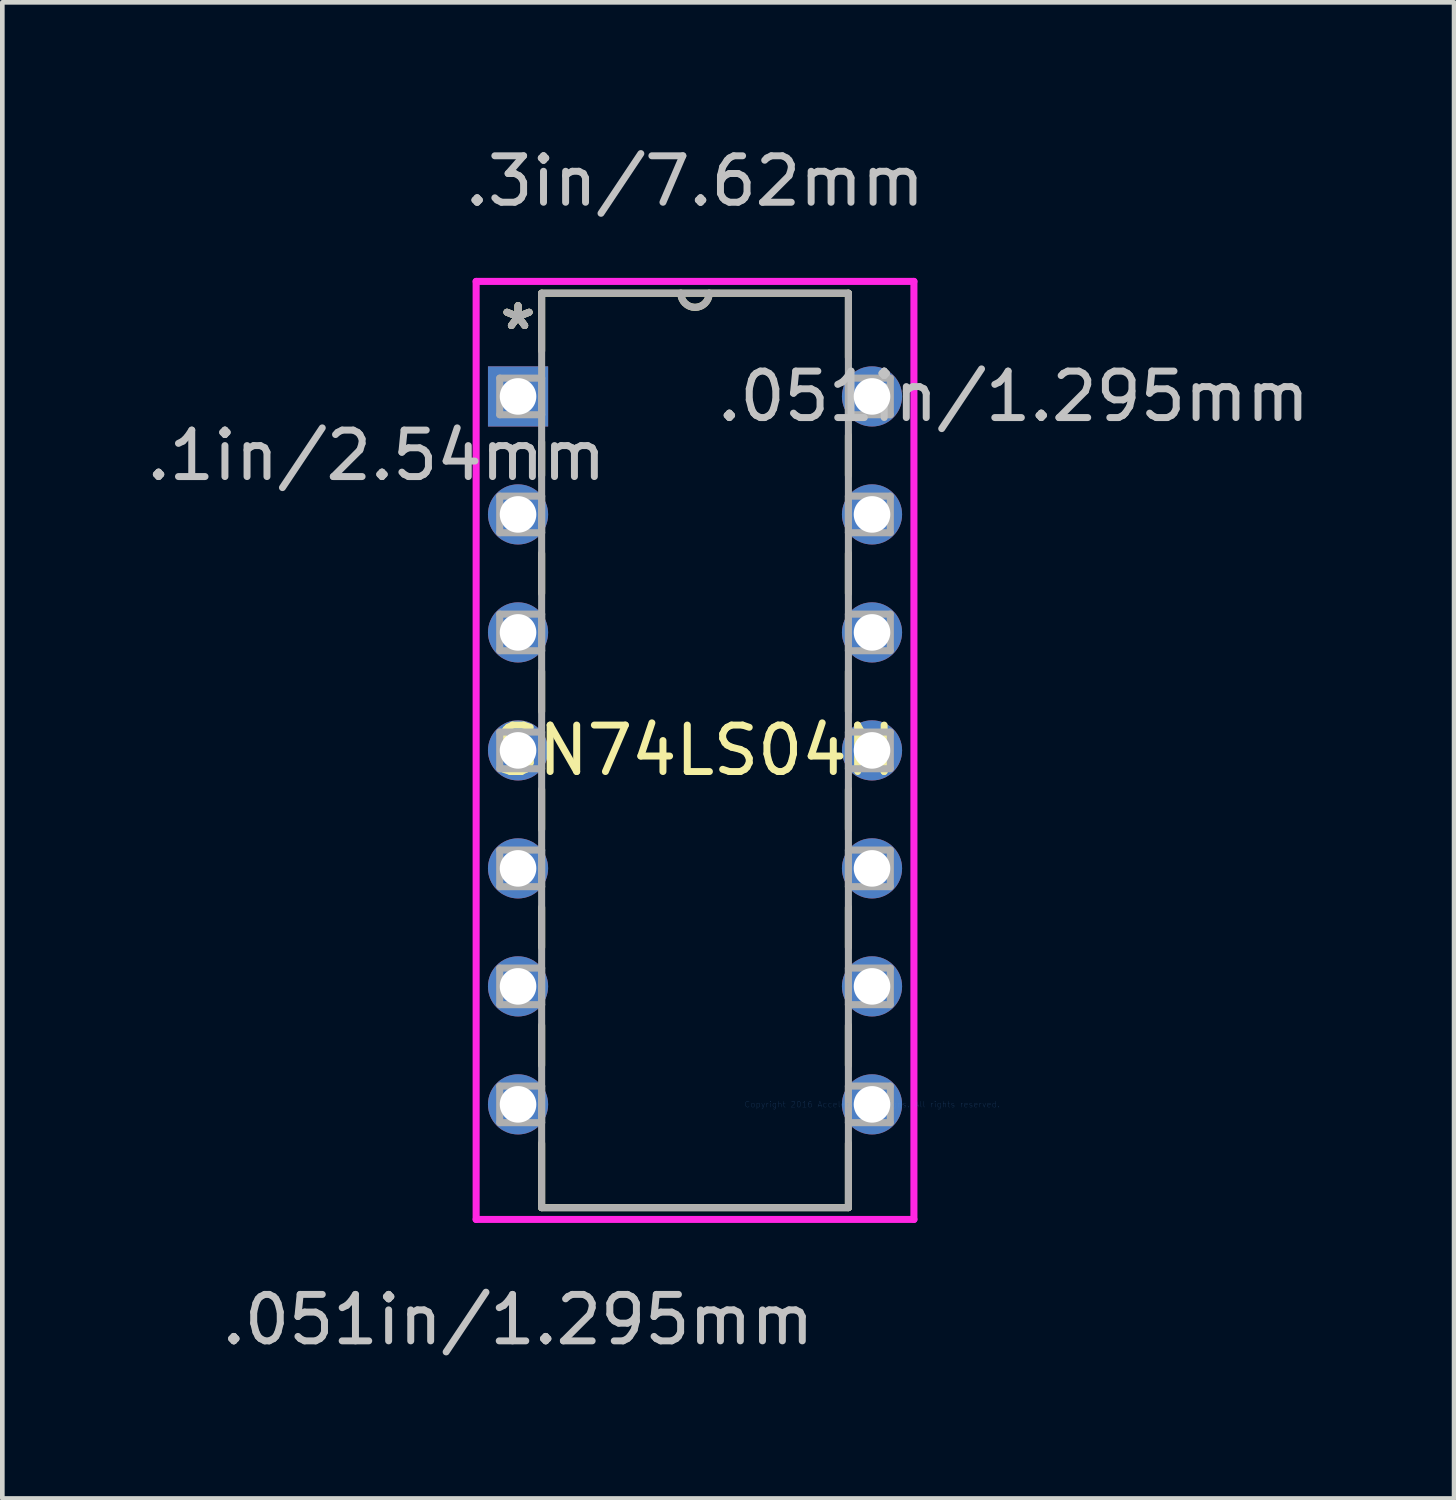
<source format=kicad_pcb>
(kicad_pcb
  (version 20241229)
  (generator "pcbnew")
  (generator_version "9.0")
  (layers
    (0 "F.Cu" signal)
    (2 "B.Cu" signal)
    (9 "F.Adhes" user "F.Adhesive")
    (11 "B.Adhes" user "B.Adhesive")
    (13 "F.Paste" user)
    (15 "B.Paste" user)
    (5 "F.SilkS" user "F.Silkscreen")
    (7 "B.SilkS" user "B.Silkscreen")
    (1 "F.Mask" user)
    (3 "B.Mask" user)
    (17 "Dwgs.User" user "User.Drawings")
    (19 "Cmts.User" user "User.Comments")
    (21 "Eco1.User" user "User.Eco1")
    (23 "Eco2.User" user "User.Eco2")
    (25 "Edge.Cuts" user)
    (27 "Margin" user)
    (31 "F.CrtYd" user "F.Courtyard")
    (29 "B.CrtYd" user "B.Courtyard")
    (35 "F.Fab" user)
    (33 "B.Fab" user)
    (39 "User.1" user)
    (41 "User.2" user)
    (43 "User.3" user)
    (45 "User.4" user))
  (footprint "SN74LS04N"
    (layer "F.Cu")
    (at 15.722 20.724)
    (property "Reference" "SN74LS04N" (at -3.81 -7.62 0) (layer "F.SilkS") (effects (font (size 1 1) (thickness 0.15))))
    (attr through_hole)
    (fp_line (start -7.112 -17.462) (end -7.112 -16.22) (stroke (width 0.152) (type solid)) (layer "F.SilkS"))
    (fp_line (start -7.112 -14.26) (end -7.112 -13.539) (stroke (width 0.152) (type solid)) (layer "F.SilkS"))
    (fp_line (start -7.112 -11.861) (end -7.112 -10.999) (stroke (width 0.152) (type solid)) (layer "F.SilkS"))
    (fp_line (start -7.112 -9.321) (end -7.112 -8.459) (stroke (width 0.152) (type solid)) (layer "F.SilkS"))
    (fp_line (start -7.112 -6.781) (end -7.112 -5.919) (stroke (width 0.152) (type solid)) (layer "F.SilkS"))
    (fp_line (start -7.112 -4.241) (end -7.112 -3.379) (stroke (width 0.152) (type solid)) (layer "F.SilkS"))
    (fp_line (start -7.112 -1.701) (end -7.112 -0.839) (stroke (width 0.152) (type solid)) (layer "F.SilkS"))
    (fp_line (start -7.112 0.839) (end -7.112 2.223) (stroke (width 0.152) (type solid)) (layer "F.SilkS"))
    (fp_line (start -7.112 2.223) (end -0.508 2.223) (stroke (width 0.152) (type solid)) (layer "F.SilkS"))
    (fp_line (start -0.508 -17.462) (end -7.112 -17.462) (stroke (width 0.152) (type solid)) (layer "F.SilkS"))
    (fp_line (start -0.508 -16.079) (end -0.508 -17.462) (stroke (width 0.152) (type solid)) (layer "F.SilkS"))
    (fp_line (start -0.508 -13.539) (end -0.508 -14.401) (stroke (width 0.152) (type solid)) (layer "F.SilkS"))
    (fp_line (start -0.508 -10.999) (end -0.508 -11.861) (stroke (width 0.152) (type solid)) (layer "F.SilkS"))
    (fp_line (start -0.508 -8.459) (end -0.508 -9.321) (stroke (width 0.152) (type solid)) (layer "F.SilkS"))
    (fp_line (start -0.508 -5.919) (end -0.508 -6.781) (stroke (width 0.152) (type solid)) (layer "F.SilkS"))
    (fp_line (start -0.508 -3.379) (end -0.508 -4.241) (stroke (width 0.152) (type solid)) (layer "F.SilkS"))
    (fp_line (start -0.508 -0.839) (end -0.508 -1.701) (stroke (width 0.152) (type solid)) (layer "F.SilkS"))
    (fp_line (start -0.508 2.223) (end -0.508 0.839) (stroke (width 0.152) (type solid)) (layer "F.SilkS"))
    (fp_arc (start -3.5052 -17.4625) (mid -3.81 -17.1577) (end -4.1148 -17.4625) (stroke (width 0.1524) (type solid)) (layer "F.SilkS"))
    (fp_line (start -8.522 -17.716) (end 0.902 -17.716) (stroke (width 0.152) (type solid)) (layer "F.CrtYd"))
    (fp_line (start -8.522 2.477) (end -8.522 -17.716) (stroke (width 0.152) (type solid)) (layer "F.CrtYd"))
    (fp_line (start 0.902 -17.716) (end 0.902 2.477) (stroke (width 0.152) (type solid)) (layer "F.CrtYd"))
    (fp_line (start 0.902 2.477) (end -8.522 2.477) (stroke (width 0.152) (type solid)) (layer "F.CrtYd"))
    (fp_line (start -8.014 -15.634) (end -8.014 -14.846) (stroke (width 0.152) (type solid)) (layer "F.Fab"))
    (fp_line (start -8.014 -14.846) (end -7.112 -14.846) (stroke (width 0.152) (type solid)) (layer "F.Fab"))
    (fp_line (start -8.014 -13.094) (end -8.014 -12.306) (stroke (width 0.152) (type solid)) (layer "F.Fab"))
    (fp_line (start -8.014 -12.306) (end -7.112 -12.306) (stroke (width 0.152) (type solid)) (layer "F.Fab"))
    (fp_line (start -8.014 -10.554) (end -8.014 -9.766) (stroke (width 0.152) (type solid)) (layer "F.Fab"))
    (fp_line (start -8.014 -9.766) (end -7.112 -9.766) (stroke (width 0.152) (type solid)) (layer "F.Fab"))
    (fp_line (start -8.014 -8.014) (end -8.014 -7.226) (stroke (width 0.152) (type solid)) (layer "F.Fab"))
    (fp_line (start -8.014 -7.226) (end -7.112 -7.226) (stroke (width 0.152) (type solid)) (layer "F.Fab"))
    (fp_line (start -8.014 -5.474) (end -8.014 -4.686) (stroke (width 0.152) (type solid)) (layer "F.Fab"))
    (fp_line (start -8.014 -4.686) (end -7.112 -4.686) (stroke (width 0.152) (type solid)) (layer "F.Fab"))
    (fp_line (start -8.014 -2.934) (end -8.014 -2.146) (stroke (width 0.152) (type solid)) (layer "F.Fab"))
    (fp_line (start -8.014 -2.146) (end -7.112 -2.146) (stroke (width 0.152) (type solid)) (layer "F.Fab"))
    (fp_line (start -8.014 -0.394) (end -8.014 0.394) (stroke (width 0.152) (type solid)) (layer "F.Fab"))
    (fp_line (start -8.014 0.394) (end -7.112 0.394) (stroke (width 0.152) (type solid)) (layer "F.Fab"))
    (fp_line (start -7.112 -17.462) (end -7.112 2.223) (stroke (width 0.152) (type solid)) (layer "F.Fab"))
    (fp_line (start -7.112 -15.634) (end -8.014 -15.634) (stroke (width 0.152) (type solid)) (layer "F.Fab"))
    (fp_line (start -7.112 -14.846) (end -7.112 -15.634) (stroke (width 0.152) (type solid)) (layer "F.Fab"))
    (fp_line (start -7.112 -13.094) (end -8.014 -13.094) (stroke (width 0.152) (type solid)) (layer "F.Fab"))
    (fp_line (start -7.112 -12.306) (end -7.112 -13.094) (stroke (width 0.152) (type solid)) (layer "F.Fab"))
    (fp_line (start -7.112 -10.554) (end -8.014 -10.554) (stroke (width 0.152) (type solid)) (layer "F.Fab"))
    (fp_line (start -7.112 -9.766) (end -7.112 -10.554) (stroke (width 0.152) (type solid)) (layer "F.Fab"))
    (fp_line (start -7.112 -8.014) (end -8.014 -8.014) (stroke (width 0.152) (type solid)) (layer "F.Fab"))
    (fp_line (start -7.112 -7.226) (end -7.112 -8.014) (stroke (width 0.152) (type solid)) (layer "F.Fab"))
    (fp_line (start -7.112 -5.474) (end -8.014 -5.474) (stroke (width 0.152) (type solid)) (layer "F.Fab"))
    (fp_line (start -7.112 -4.686) (end -7.112 -5.474) (stroke (width 0.152) (type solid)) (layer "F.Fab"))
    (fp_line (start -7.112 -2.934) (end -8.014 -2.934) (stroke (width 0.152) (type solid)) (layer "F.Fab"))
    (fp_line (start -7.112 -2.146) (end -7.112 -2.934) (stroke (width 0.152) (type solid)) (layer "F.Fab"))
    (fp_line (start -7.112 -0.394) (end -8.014 -0.394) (stroke (width 0.152) (type solid)) (layer "F.Fab"))
    (fp_line (start -7.112 0.394) (end -7.112 -0.394) (stroke (width 0.152) (type solid)) (layer "F.Fab"))
    (fp_line (start -7.112 2.223) (end -0.508 2.223) (stroke (width 0.152) (type solid)) (layer "F.Fab"))
    (fp_line (start -0.508 -17.462) (end -7.112 -17.462) (stroke (width 0.152) (type solid)) (layer "F.Fab"))
    (fp_line (start -0.508 -15.634) (end -0.508 -14.846) (stroke (width 0.152) (type solid)) (layer "F.Fab"))
    (fp_line (start -0.508 -14.846) (end 0.394 -14.846) (stroke (width 0.152) (type solid)) (layer "F.Fab"))
    (fp_line (start -0.508 -13.094) (end -0.508 -12.306) (stroke (width 0.152) (type solid)) (layer "F.Fab"))
    (fp_line (start -0.508 -12.306) (end 0.394 -12.306) (stroke (width 0.152) (type solid)) (layer "F.Fab"))
    (fp_line (start -0.508 -10.554) (end -0.508 -9.766) (stroke (width 0.152) (type solid)) (layer "F.Fab"))
    (fp_line (start -0.508 -9.766) (end 0.394 -9.766) (stroke (width 0.152) (type solid)) (layer "F.Fab"))
    (fp_line (start -0.508 -8.014) (end -0.508 -7.226) (stroke (width 0.152) (type solid)) (layer "F.Fab"))
    (fp_line (start -0.508 -7.226) (end 0.394 -7.226) (stroke (width 0.152) (type solid)) (layer "F.Fab"))
    (fp_line (start -0.508 -5.474) (end -0.508 -4.686) (stroke (width 0.152) (type solid)) (layer "F.Fab"))
    (fp_line (start -0.508 -4.686) (end 0.394 -4.686) (stroke (width 0.152) (type solid)) (layer "F.Fab"))
    (fp_line (start -0.508 -2.934) (end -0.508 -2.146) (stroke (width 0.152) (type solid)) (layer "F.Fab"))
    (fp_line (start -0.508 -2.146) (end 0.394 -2.146) (stroke (width 0.152) (type solid)) (layer "F.Fab"))
    (fp_line (start -0.508 -0.394) (end -0.508 0.394) (stroke (width 0.152) (type solid)) (layer "F.Fab"))
    (fp_line (start -0.508 0.394) (end 0.394 0.394) (stroke (width 0.152) (type solid)) (layer "F.Fab"))
    (fp_line (start -0.508 2.223) (end -0.508 -17.462) (stroke (width 0.152) (type solid)) (layer "F.Fab"))
    (fp_line (start 0.394 -15.634) (end -0.508 -15.634) (stroke (width 0.152) (type solid)) (layer "F.Fab"))
    (fp_line (start 0.394 -14.846) (end 0.394 -15.634) (stroke (width 0.152) (type solid)) (layer "F.Fab"))
    (fp_line (start 0.394 -13.094) (end -0.508 -13.094) (stroke (width 0.152) (type solid)) (layer "F.Fab"))
    (fp_line (start 0.394 -12.306) (end 0.394 -13.094) (stroke (width 0.152) (type solid)) (layer "F.Fab"))
    (fp_line (start 0.394 -10.554) (end -0.508 -10.554) (stroke (width 0.152) (type solid)) (layer "F.Fab"))
    (fp_line (start 0.394 -9.766) (end 0.394 -10.554) (stroke (width 0.152) (type solid)) (layer "F.Fab"))
    (fp_line (start 0.394 -8.014) (end -0.508 -8.014) (stroke (width 0.152) (type solid)) (layer "F.Fab"))
    (fp_line (start 0.394 -7.226) (end 0.394 -8.014) (stroke (width 0.152) (type solid)) (layer "F.Fab"))
    (fp_line (start 0.394 -5.474) (end -0.508 -5.474) (stroke (width 0.152) (type solid)) (layer "F.Fab"))
    (fp_line (start 0.394 -4.686) (end 0.394 -5.474) (stroke (width 0.152) (type solid)) (layer "F.Fab"))
    (fp_line (start 0.394 -2.934) (end -0.508 -2.934) (stroke (width 0.152) (type solid)) (layer "F.Fab"))
    (fp_line (start 0.394 -2.146) (end 0.394 -2.934) (stroke (width 0.152) (type solid)) (layer "F.Fab"))
    (fp_line (start 0.394 -0.394) (end -0.508 -0.394) (stroke (width 0.152) (type solid)) (layer "F.Fab"))
    (fp_line (start 0.394 0.394) (end 0.394 -0.394) (stroke (width 0.152) (type solid)) (layer "F.Fab"))
    (fp_arc (start -3.5052 -17.4625) (mid -3.81 -17.1577) (end -4.1148 -17.4625) (stroke (width 0.1524) (type solid)) (layer "F.Fab"))
    (fp_text user "*" (at -7.62 -16.65 0) (layer "F.SilkS") (effects (font (size 1 1) (thickness 0.15))))
    (fp_text user "*" (at -7.62 -16.65 0) (layer "F.SilkS") (effects (font (size 1 1) (thickness 0.15))))
    (fp_text user ".051in/1.295mm" (at 3.048 -15.24 0) (layer "Dwgs.User") (effects (font (size 1 1) (thickness 0.15))))
    (fp_text user ".051in/1.295mm" (at -7.62 4.636 0) (layer "Dwgs.User") (effects (font (size 1 1) (thickness 0.15))))
    (fp_text user ".3in/7.62mm" (at -3.81 -19.875 0) (layer "Dwgs.User") (effects (font (size 1 1) (thickness 0.15))))
    (fp_text user ".1in/2.54mm" (at -10.668 -13.97 0) (layer "Dwgs.User") (effects (font (size 1 1) (thickness 0.15))))
    (fp_text user "Copyright 2016 Accelerated Designs. All rights reserved." (at 0 0 0) (layer "Cmts.User") (effects (font (size 0.127 0.127) (thickness 0.002))))
    (fp_text user "*" (at -7.62 -16.65 0) (layer "F.Fab") (effects (font (size 1 1) (thickness 0.15))))
    (fp_text user "*" (at -7.62 -16.65 0) (layer "F.Fab") (effects (font (size 1 1) (thickness 0.15))))
    (pad "1" thru_hole rect (at -7.62 -15.24) (size 1.295 1.295) (drill 0.787) (layers "*.Cu" "*.Mask"))
    (pad "2" thru_hole circle (at -7.62 -12.7) (size 1.295 1.295) (drill 0.787) (layers "*.Cu" "*.Mask"))
    (pad "3" thru_hole circle (at -7.62 -10.16) (size 1.295 1.295) (drill 0.787) (layers "*.Cu" "*.Mask"))
    (pad "4" thru_hole circle (at -7.62 -7.62) (size 1.295 1.295) (drill 0.787) (layers "*.Cu" "*.Mask"))
    (pad "5" thru_hole circle (at -7.62 -5.08) (size 1.295 1.295) (drill 0.787) (layers "*.Cu" "*.Mask"))
    (pad "6" thru_hole circle (at -7.62 -2.54) (size 1.295 1.295) (drill 0.787) (layers "*.Cu" "*.Mask"))
    (pad "7" thru_hole circle (at -7.62 0) (size 1.295 1.295) (drill 0.787) (layers "*.Cu" "*.Mask"))
    (pad "8" thru_hole circle (at 0 0) (size 1.295 1.295) (drill 0.787) (layers "*.Cu" "*.Mask"))
    (pad "9" thru_hole circle (at 0 -2.54) (size 1.295 1.295) (drill 0.787) (layers "*.Cu" "*.Mask"))
    (pad "10" thru_hole circle (at 0 -5.08) (size 1.295 1.295) (drill 0.787) (layers "*.Cu" "*.Mask"))
    (pad "11" thru_hole circle (at 0 -7.62) (size 1.295 1.295) (drill 0.787) (layers "*.Cu" "*.Mask"))
    (pad "12" thru_hole circle (at 0 -10.16) (size 1.295 1.295) (drill 0.787) (layers "*.Cu" "*.Mask"))
    (pad "13" thru_hole circle (at 0 -12.7) (size 1.295 1.295) (drill 0.787) (layers "*.Cu" "*.Mask"))
    (pad "14" thru_hole circle (at 0 -15.24) (size 1.295 1.295) (drill 0.787) (layers "*.Cu" "*.Mask")))
  (gr_rect
    (start -3 -3)
    (end 28.252 29.207)
    (stroke (width 0.1) (type default))
    (fill no)
    (layer "Edge.Cuts")))
</source>
